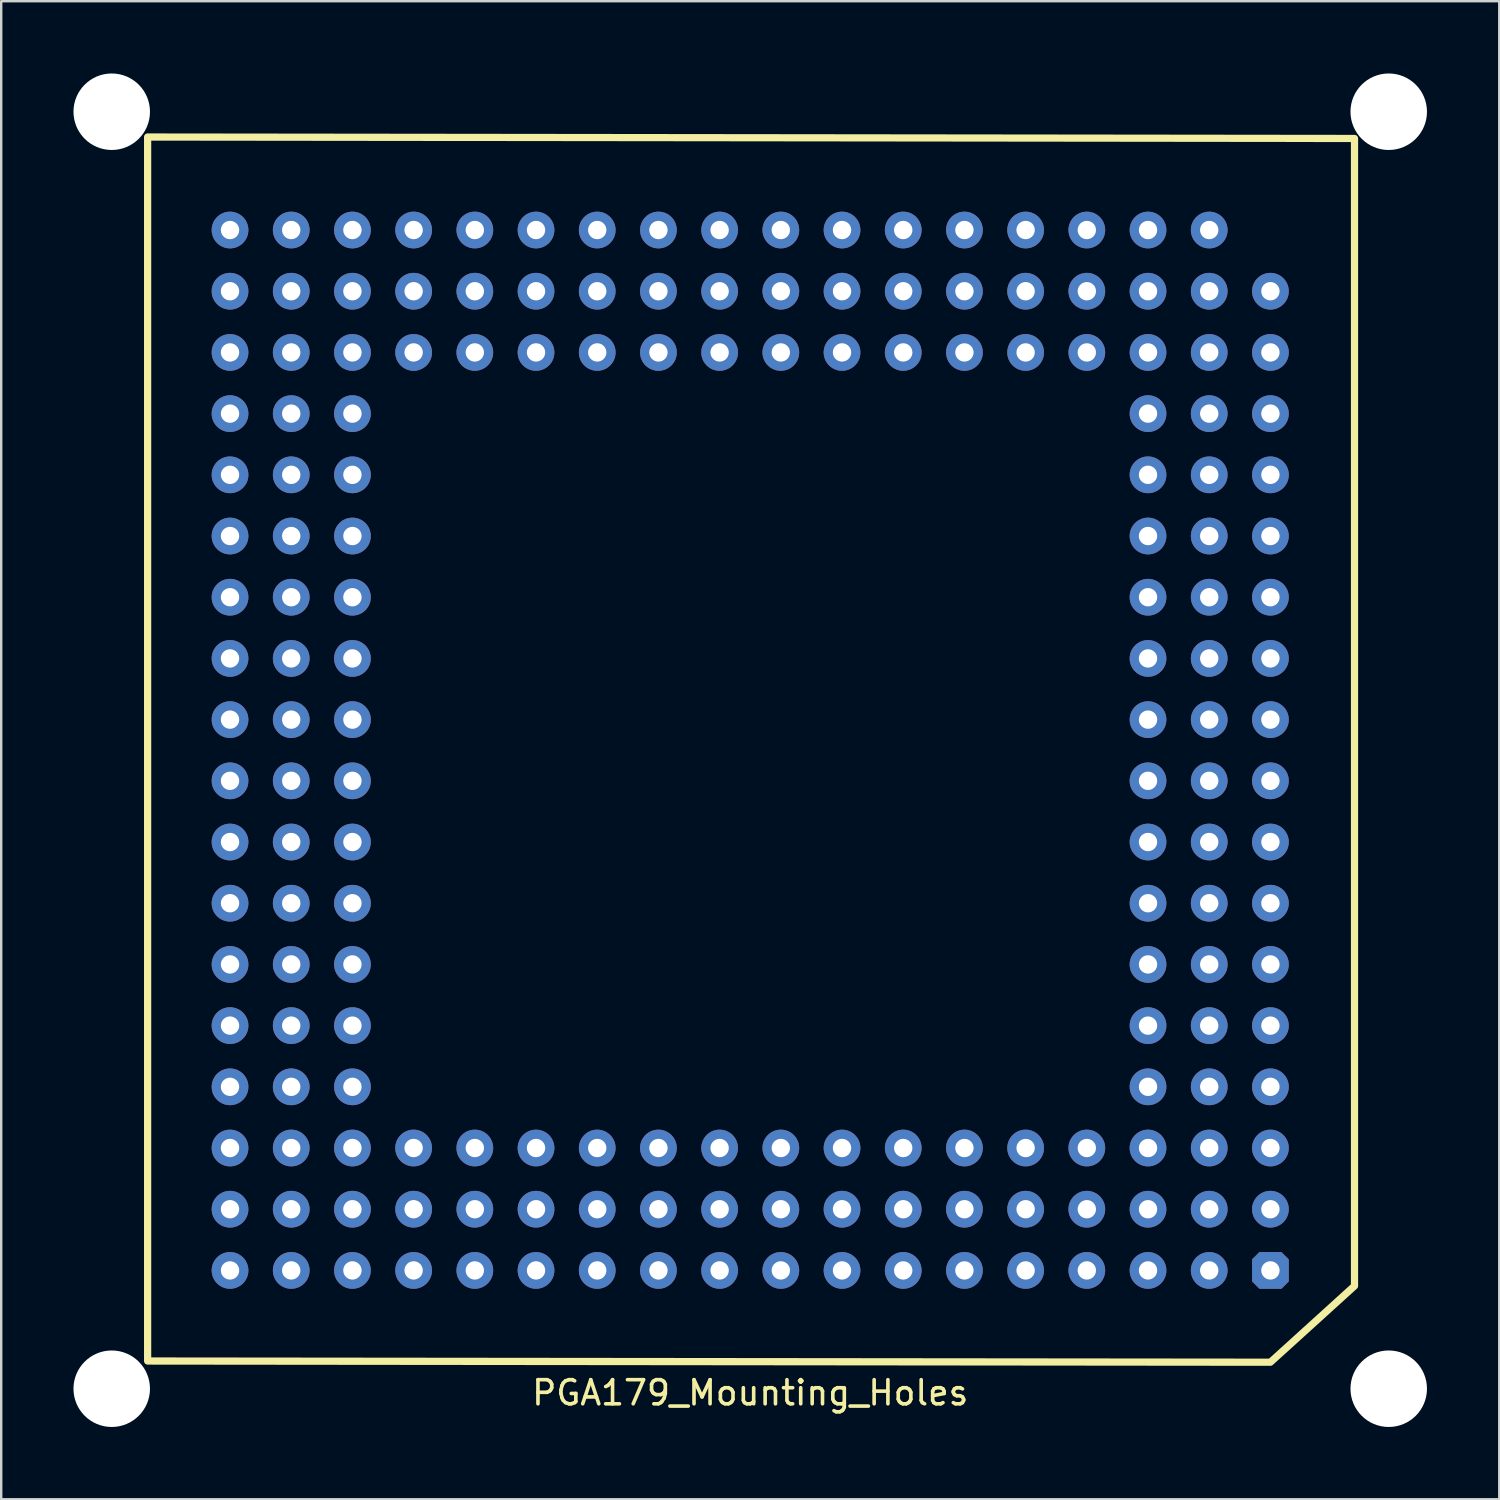
<source format=kicad_pcb>
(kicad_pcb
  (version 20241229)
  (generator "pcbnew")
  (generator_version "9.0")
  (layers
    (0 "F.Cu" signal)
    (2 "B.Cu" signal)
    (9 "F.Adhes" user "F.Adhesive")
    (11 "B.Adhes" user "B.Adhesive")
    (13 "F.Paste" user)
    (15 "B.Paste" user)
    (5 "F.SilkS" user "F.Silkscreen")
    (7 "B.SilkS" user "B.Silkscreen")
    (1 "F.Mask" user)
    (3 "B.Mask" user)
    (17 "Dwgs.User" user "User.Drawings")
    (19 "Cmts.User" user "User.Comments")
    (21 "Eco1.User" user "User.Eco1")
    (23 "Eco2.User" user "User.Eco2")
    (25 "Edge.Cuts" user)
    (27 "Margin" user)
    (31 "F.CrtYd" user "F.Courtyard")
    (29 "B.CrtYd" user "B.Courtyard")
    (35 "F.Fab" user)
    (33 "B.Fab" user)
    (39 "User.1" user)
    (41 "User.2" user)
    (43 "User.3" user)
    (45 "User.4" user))
  (footprint "PGA179_Mounting_Holes"
    (layer "F.Cu")
    (at 28.087 28.087)
    (property "Reference" "PGA179_Mounting_Holes" (at 0 26.67 0) (unlocked yes) (layer "F.SilkS") (effects (font (size 1 1) (thickness 0.15))))
    (attr through_hole)
    (fp_poly (pts (xy 25.08 -25.39) (xy -25.01 -25.45) (xy -25.01 25.35) (xy 21.59 25.4) (xy 25.08 22.235)) (stroke (width 0.3) (type solid)) (fill no) (layer "F.SilkS"))
    (pad "" np_thru_hole circle (at -26.5 -26.5) (size 3.175 3.175) (drill 3.175) (layers "*.Cu" "*.Mask"))
    (pad "" np_thru_hole circle (at -26.5 26.5) (size 3.175 3.175) (drill 3.175) (layers "*.Cu" "*.Mask"))
    (pad "" np_thru_hole circle (at 26.5 -26.5) (size 3.175 3.175) (drill 3.175) (layers "*.Cu" "*.Mask"))
    (pad "" np_thru_hole circle (at 26.5 26.5) (size 3.175 3.175) (drill 3.175) (layers "*.Cu" "*.Mask"))
    (pad "1" thru_hole roundrect (at 21.59 21.59) (size 1.524 1.524) (drill 0.762) (layers "*.Cu" "*.Mask") (roundrect_rratio 0) (chamfer_ratio 0.2) (chamfer top_left top_right bottom_left bottom_right))
    (pad "2" thru_hole circle (at 19.05 21.59) (size 1.524 1.524) (drill 0.762) (layers "*.Cu" "*.Mask"))
    (pad "3" thru_hole circle (at 16.51 21.59) (size 1.524 1.524) (drill 0.762) (layers "*.Cu" "*.Mask"))
    (pad "4" thru_hole circle (at 13.97 21.59) (size 1.524 1.524) (drill 0.762) (layers "*.Cu" "*.Mask"))
    (pad "5" thru_hole circle (at 11.43 21.59) (size 1.524 1.524) (drill 0.762) (layers "*.Cu" "*.Mask"))
    (pad "6" thru_hole circle (at 8.89 21.59) (size 1.524 1.524) (drill 0.762) (layers "*.Cu" "*.Mask"))
    (pad "7" thru_hole circle (at 6.35 21.59) (size 1.524 1.524) (drill 0.762) (layers "*.Cu" "*.Mask"))
    (pad "8" thru_hole circle (at 3.81 21.59) (size 1.524 1.524) (drill 0.762) (layers "*.Cu" "*.Mask"))
    (pad "9" thru_hole circle (at 1.27 21.59) (size 1.524 1.524) (drill 0.762) (layers "*.Cu" "*.Mask"))
    (pad "10" thru_hole circle (at -1.27 21.59) (size 1.524 1.524) (drill 0.762) (layers "*.Cu" "*.Mask"))
    (pad "11" thru_hole circle (at -3.81 21.59) (size 1.524 1.524) (drill 0.762) (layers "*.Cu" "*.Mask"))
    (pad "12" thru_hole circle (at -6.35 21.59) (size 1.524 1.524) (drill 0.762) (layers "*.Cu" "*.Mask"))
    (pad "13" thru_hole circle (at -8.89 21.59) (size 1.524 1.524) (drill 0.762) (layers "*.Cu" "*.Mask"))
    (pad "14" thru_hole circle (at -11.43 21.59) (size 1.524 1.524) (drill 0.762) (layers "*.Cu" "*.Mask"))
    (pad "15" thru_hole circle (at -13.97 21.59) (size 1.524 1.524) (drill 0.762) (layers "*.Cu" "*.Mask"))
    (pad "16" thru_hole circle (at -16.51 21.59) (size 1.524 1.524) (drill 0.762) (layers "*.Cu" "*.Mask"))
    (pad "17" thru_hole circle (at -19.05 21.59) (size 1.524 1.524) (drill 0.762) (layers "*.Cu" "*.Mask"))
    (pad "18" thru_hole circle (at -21.59 21.59) (size 1.524 1.524) (drill 0.762) (layers "*.Cu" "*.Mask"))
    (pad "19" thru_hole circle (at 21.59 19.05) (size 1.524 1.524) (drill 0.762) (layers "*.Cu" "*.Mask"))
    (pad "20" thru_hole circle (at 19.05 19.05) (size 1.524 1.524) (drill 0.762) (layers "*.Cu" "*.Mask"))
    (pad "21" thru_hole circle (at 16.51 19.05) (size 1.524 1.524) (drill 0.762) (layers "*.Cu" "*.Mask"))
    (pad "22" thru_hole circle (at 13.97 19.05) (size 1.524 1.524) (drill 0.762) (layers "*.Cu" "*.Mask"))
    (pad "23" thru_hole circle (at 11.43 19.05) (size 1.524 1.524) (drill 0.762) (layers "*.Cu" "*.Mask"))
    (pad "24" thru_hole circle (at 8.89 19.05) (size 1.524 1.524) (drill 0.762) (layers "*.Cu" "*.Mask"))
    (pad "25" thru_hole circle (at 6.35 19.05) (size 1.524 1.524) (drill 0.762) (layers "*.Cu" "*.Mask"))
    (pad "26" thru_hole circle (at 3.81 19.05) (size 1.524 1.524) (drill 0.762) (layers "*.Cu" "*.Mask"))
    (pad "27" thru_hole circle (at 1.27 19.05) (size 1.524 1.524) (drill 0.762) (layers "*.Cu" "*.Mask"))
    (pad "28" thru_hole circle (at -1.27 19.05) (size 1.524 1.524) (drill 0.762) (layers "*.Cu" "*.Mask"))
    (pad "29" thru_hole circle (at -3.81 19.05) (size 1.524 1.524) (drill 0.762) (layers "*.Cu" "*.Mask"))
    (pad "30" thru_hole circle (at -6.35 19.05) (size 1.524 1.524) (drill 0.762) (layers "*.Cu" "*.Mask"))
    (pad "31" thru_hole circle (at -8.89 19.05) (size 1.524 1.524) (drill 0.762) (layers "*.Cu" "*.Mask"))
    (pad "32" thru_hole circle (at -11.43 19.05) (size 1.524 1.524) (drill 0.762) (layers "*.Cu" "*.Mask"))
    (pad "33" thru_hole circle (at -13.97 19.05) (size 1.524 1.524) (drill 0.762) (layers "*.Cu" "*.Mask"))
    (pad "34" thru_hole circle (at -16.51 19.05) (size 1.524 1.524) (drill 0.762) (layers "*.Cu" "*.Mask"))
    (pad "35" thru_hole circle (at -19.05 19.05) (size 1.524 1.524) (drill 0.762) (layers "*.Cu" "*.Mask"))
    (pad "36" thru_hole circle (at -21.59 19.05) (size 1.524 1.524) (drill 0.762) (layers "*.Cu" "*.Mask"))
    (pad "37" thru_hole circle (at 21.59 16.51) (size 1.524 1.524) (drill 0.762) (layers "*.Cu" "*.Mask"))
    (pad "38" thru_hole circle (at 19.05 16.51) (size 1.524 1.524) (drill 0.762) (layers "*.Cu" "*.Mask"))
    (pad "39" thru_hole circle (at 16.51 16.51) (size 1.524 1.524) (drill 0.762) (layers "*.Cu" "*.Mask"))
    (pad "40" thru_hole circle (at 13.97 16.51) (size 1.524 1.524) (drill 0.762) (layers "*.Cu" "*.Mask"))
    (pad "41" thru_hole circle (at 11.43 16.51) (size 1.524 1.524) (drill 0.762) (layers "*.Cu" "*.Mask"))
    (pad "42" thru_hole circle (at 8.89 16.51) (size 1.524 1.524) (drill 0.762) (layers "*.Cu" "*.Mask"))
    (pad "43" thru_hole circle (at 6.35 16.51) (size 1.524 1.524) (drill 0.762) (layers "*.Cu" "*.Mask"))
    (pad "44" thru_hole circle (at 3.81 16.51) (size 1.524 1.524) (drill 0.762) (layers "*.Cu" "*.Mask"))
    (pad "45" thru_hole circle (at 1.27 16.51) (size 1.524 1.524) (drill 0.762) (layers "*.Cu" "*.Mask"))
    (pad "46" thru_hole circle (at -1.27 16.51) (size 1.524 1.524) (drill 0.762) (layers "*.Cu" "*.Mask"))
    (pad "47" thru_hole circle (at -3.81 16.51) (size 1.524 1.524) (drill 0.762) (layers "*.Cu" "*.Mask"))
    (pad "48" thru_hole circle (at -6.35 16.51) (size 1.524 1.524) (drill 0.762) (layers "*.Cu" "*.Mask"))
    (pad "49" thru_hole circle (at -8.89 16.51) (size 1.524 1.524) (drill 0.762) (layers "*.Cu" "*.Mask"))
    (pad "50" thru_hole circle (at -11.43 16.51) (size 1.524 1.524) (drill 0.762) (layers "*.Cu" "*.Mask"))
    (pad "51" thru_hole circle (at -13.97 16.51) (size 1.524 1.524) (drill 0.762) (layers "*.Cu" "*.Mask"))
    (pad "52" thru_hole circle (at -16.51 16.51) (size 1.524 1.524) (drill 0.762) (layers "*.Cu" "*.Mask"))
    (pad "53" thru_hole circle (at -19.05 16.51) (size 1.524 1.524) (drill 0.762) (layers "*.Cu" "*.Mask"))
    (pad "54" thru_hole circle (at -21.59 16.51) (size 1.524 1.524) (drill 0.762) (layers "*.Cu" "*.Mask"))
    (pad "55" thru_hole circle (at 21.59 13.97) (size 1.524 1.524) (drill 0.762) (layers "*.Cu" "*.Mask"))
    (pad "56" thru_hole circle (at 19.05 13.97) (size 1.524 1.524) (drill 0.762) (layers "*.Cu" "*.Mask"))
    (pad "57" thru_hole circle (at 16.51 13.97) (size 1.524 1.524) (drill 0.762) (layers "*.Cu" "*.Mask"))
    (pad "58" thru_hole circle (at -16.51 13.97) (size 1.524 1.524) (drill 0.762) (layers "*.Cu" "*.Mask"))
    (pad "59" thru_hole circle (at -19.05 13.97) (size 1.524 1.524) (drill 0.762) (layers "*.Cu" "*.Mask"))
    (pad "60" thru_hole circle (at -21.59 13.97) (size 1.524 1.524) (drill 0.762) (layers "*.Cu" "*.Mask"))
    (pad "61" thru_hole circle (at 21.59 11.43) (size 1.524 1.524) (drill 0.762) (layers "*.Cu" "*.Mask"))
    (pad "62" thru_hole circle (at 19.05 11.43) (size 1.524 1.524) (drill 0.762) (layers "*.Cu" "*.Mask"))
    (pad "63" thru_hole circle (at 16.51 11.43) (size 1.524 1.524) (drill 0.762) (layers "*.Cu" "*.Mask"))
    (pad "64" thru_hole circle (at -16.51 11.43) (size 1.524 1.524) (drill 0.762) (layers "*.Cu" "*.Mask"))
    (pad "65" thru_hole circle (at -19.05 11.43) (size 1.524 1.524) (drill 0.762) (layers "*.Cu" "*.Mask"))
    (pad "66" thru_hole circle (at -21.59 11.43) (size 1.524 1.524) (drill 0.762) (layers "*.Cu" "*.Mask"))
    (pad "67" thru_hole circle (at 21.59 8.89) (size 1.524 1.524) (drill 0.762) (layers "*.Cu" "*.Mask"))
    (pad "68" thru_hole circle (at 19.05 8.89) (size 1.524 1.524) (drill 0.762) (layers "*.Cu" "*.Mask"))
    (pad "69" thru_hole circle (at 16.51 8.89) (size 1.524 1.524) (drill 0.762) (layers "*.Cu" "*.Mask"))
    (pad "70" thru_hole circle (at -16.51 8.89) (size 1.524 1.524) (drill 0.762) (layers "*.Cu" "*.Mask"))
    (pad "71" thru_hole circle (at -19.05 8.89) (size 1.524 1.524) (drill 0.762) (layers "*.Cu" "*.Mask"))
    (pad "72" thru_hole circle (at -21.59 8.89) (size 1.524 1.524) (drill 0.762) (layers "*.Cu" "*.Mask"))
    (pad "73" thru_hole circle (at 21.59 6.35) (size 1.524 1.524) (drill 0.762) (layers "*.Cu" "*.Mask"))
    (pad "74" thru_hole circle (at 19.05 6.35) (size 1.524 1.524) (drill 0.762) (layers "*.Cu" "*.Mask"))
    (pad "75" thru_hole circle (at 16.51 6.35) (size 1.524 1.524) (drill 0.762) (layers "*.Cu" "*.Mask"))
    (pad "76" thru_hole circle (at -16.51 6.35) (size 1.524 1.524) (drill 0.762) (layers "*.Cu" "*.Mask"))
    (pad "77" thru_hole circle (at -19.05 6.35) (size 1.524 1.524) (drill 0.762) (layers "*.Cu" "*.Mask"))
    (pad "78" thru_hole circle (at -21.59 6.35) (size 1.524 1.524) (drill 0.762) (layers "*.Cu" "*.Mask"))
    (pad "79" thru_hole circle (at 21.59 3.81) (size 1.524 1.524) (drill 0.762) (layers "*.Cu" "*.Mask"))
    (pad "80" thru_hole circle (at 19.05 3.81) (size 1.524 1.524) (drill 0.762) (layers "*.Cu" "*.Mask"))
    (pad "81" thru_hole circle (at 16.51 3.81) (size 1.524 1.524) (drill 0.762) (layers "*.Cu" "*.Mask"))
    (pad "82" thru_hole circle (at -16.51 3.81) (size 1.524 1.524) (drill 0.762) (layers "*.Cu" "*.Mask"))
    (pad "83" thru_hole circle (at -19.05 3.81) (size 1.524 1.524) (drill 0.762) (layers "*.Cu" "*.Mask"))
    (pad "84" thru_hole circle (at -21.59 3.81) (size 1.524 1.524) (drill 0.762) (layers "*.Cu" "*.Mask"))
    (pad "85" thru_hole circle (at 21.59 1.27) (size 1.524 1.524) (drill 0.762) (layers "*.Cu" "*.Mask"))
    (pad "86" thru_hole circle (at 19.05 1.27) (size 1.524 1.524) (drill 0.762) (layers "*.Cu" "*.Mask"))
    (pad "87" thru_hole circle (at 16.51 1.27) (size 1.524 1.524) (drill 0.762) (layers "*.Cu" "*.Mask"))
    (pad "88" thru_hole circle (at -16.51 1.27) (size 1.524 1.524) (drill 0.762) (layers "*.Cu" "*.Mask"))
    (pad "89" thru_hole circle (at -19.05 1.27) (size 1.524 1.524) (drill 0.762) (layers "*.Cu" "*.Mask"))
    (pad "90" thru_hole circle (at -21.59 1.27) (size 1.524 1.524) (drill 0.762) (layers "*.Cu" "*.Mask"))
    (pad "91" thru_hole circle (at 21.59 -1.27) (size 1.524 1.524) (drill 0.762) (layers "*.Cu" "*.Mask"))
    (pad "92" thru_hole circle (at 19.05 -1.27) (size 1.524 1.524) (drill 0.762) (layers "*.Cu" "*.Mask"))
    (pad "93" thru_hole circle (at 16.51 -1.27) (size 1.524 1.524) (drill 0.762) (layers "*.Cu" "*.Mask"))
    (pad "94" thru_hole circle (at -16.51 -1.27) (size 1.524 1.524) (drill 0.762) (layers "*.Cu" "*.Mask"))
    (pad "95" thru_hole circle (at -19.05 -1.27) (size 1.524 1.524) (drill 0.762) (layers "*.Cu" "*.Mask"))
    (pad "96" thru_hole circle (at -21.59 -1.27) (size 1.524 1.524) (drill 0.762) (layers "*.Cu" "*.Mask"))
    (pad "97" thru_hole circle (at 21.59 -3.81) (size 1.524 1.524) (drill 0.762) (layers "*.Cu" "*.Mask"))
    (pad "98" thru_hole circle (at 19.05 -3.81) (size 1.524 1.524) (drill 0.762) (layers "*.Cu" "*.Mask"))
    (pad "99" thru_hole circle (at 16.51 -3.81) (size 1.524 1.524) (drill 0.762) (layers "*.Cu" "*.Mask"))
    (pad "100" thru_hole circle (at -16.51 -3.81) (size 1.524 1.524) (drill 0.762) (layers "*.Cu" "*.Mask"))
    (pad "101" thru_hole circle (at -19.05 -3.81) (size 1.524 1.524) (drill 0.762) (layers "*.Cu" "*.Mask"))
    (pad "102" thru_hole circle (at -21.59 -3.81) (size 1.524 1.524) (drill 0.762) (layers "*.Cu" "*.Mask"))
    (pad "103" thru_hole circle (at 21.59 -6.35) (size 1.524 1.524) (drill 0.762) (layers "*.Cu" "*.Mask"))
    (pad "104" thru_hole circle (at 19.05 -6.35) (size 1.524 1.524) (drill 0.762) (layers "*.Cu" "*.Mask"))
    (pad "105" thru_hole circle (at 16.51 -6.35) (size 1.524 1.524) (drill 0.762) (layers "*.Cu" "*.Mask"))
    (pad "106" thru_hole circle (at -16.51 -6.35) (size 1.524 1.524) (drill 0.762) (layers "*.Cu" "*.Mask"))
    (pad "107" thru_hole circle (at -19.05 -6.35) (size 1.524 1.524) (drill 0.762) (layers "*.Cu" "*.Mask"))
    (pad "108" thru_hole circle (at -21.59 -6.35) (size 1.524 1.524) (drill 0.762) (layers "*.Cu" "*.Mask"))
    (pad "109" thru_hole circle (at 21.59 -8.89) (size 1.524 1.524) (drill 0.762) (layers "*.Cu" "*.Mask"))
    (pad "110" thru_hole circle (at 19.05 -8.89) (size 1.524 1.524) (drill 0.762) (layers "*.Cu" "*.Mask"))
    (pad "111" thru_hole circle (at 16.51 -8.89) (size 1.524 1.524) (drill 0.762) (layers "*.Cu" "*.Mask"))
    (pad "112" thru_hole circle (at -16.51 -8.89) (size 1.524 1.524) (drill 0.762) (layers "*.Cu" "*.Mask"))
    (pad "113" thru_hole circle (at -19.05 -8.89) (size 1.524 1.524) (drill 0.762) (layers "*.Cu" "*.Mask"))
    (pad "114" thru_hole circle (at -21.59 -8.89) (size 1.524 1.524) (drill 0.762) (layers "*.Cu" "*.Mask"))
    (pad "115" thru_hole circle (at 21.59 -11.43) (size 1.524 1.524) (drill 0.762) (layers "*.Cu" "*.Mask"))
    (pad "116" thru_hole circle (at 19.05 -11.43) (size 1.524 1.524) (drill 0.762) (layers "*.Cu" "*.Mask"))
    (pad "117" thru_hole circle (at 16.51 -11.43) (size 1.524 1.524) (drill 0.762) (layers "*.Cu" "*.Mask"))
    (pad "118" thru_hole circle (at -16.51 -11.43) (size 1.524 1.524) (drill 0.762) (layers "*.Cu" "*.Mask"))
    (pad "119" thru_hole circle (at -19.05 -11.43) (size 1.524 1.524) (drill 0.762) (layers "*.Cu" "*.Mask"))
    (pad "120" thru_hole circle (at -21.59 -11.43) (size 1.524 1.524) (drill 0.762) (layers "*.Cu" "*.Mask"))
    (pad "121" thru_hole circle (at 21.59 -13.97) (size 1.524 1.524) (drill 0.762) (layers "*.Cu" "*.Mask"))
    (pad "122" thru_hole circle (at 19.05 -13.97) (size 1.524 1.524) (drill 0.762) (layers "*.Cu" "*.Mask"))
    (pad "123" thru_hole circle (at 16.51 -13.97) (size 1.524 1.524) (drill 0.762) (layers "*.Cu" "*.Mask"))
    (pad "124" thru_hole circle (at -16.51 -13.97) (size 1.524 1.524) (drill 0.762) (layers "*.Cu" "*.Mask"))
    (pad "125" thru_hole circle (at -19.05 -13.97) (size 1.524 1.524) (drill 0.762) (layers "*.Cu" "*.Mask"))
    (pad "126" thru_hole circle (at -21.59 -13.97) (size 1.524 1.524) (drill 0.762) (layers "*.Cu" "*.Mask"))
    (pad "127" thru_hole circle (at 21.59 -16.51) (size 1.524 1.524) (drill 0.762) (layers "*.Cu" "*.Mask"))
    (pad "128" thru_hole circle (at 19.05 -16.51) (size 1.524 1.524) (drill 0.762) (layers "*.Cu" "*.Mask"))
    (pad "129" thru_hole circle (at 16.51 -16.51) (size 1.524 1.524) (drill 0.762) (layers "*.Cu" "*.Mask"))
    (pad "130" thru_hole circle (at 13.97 -16.51) (size 1.524 1.524) (drill 0.762) (layers "*.Cu" "*.Mask"))
    (pad "131" thru_hole circle (at 11.43 -16.51) (size 1.524 1.524) (drill 0.762) (layers "*.Cu" "*.Mask"))
    (pad "132" thru_hole circle (at 8.89 -16.51) (size 1.524 1.524) (drill 0.762) (layers "*.Cu" "*.Mask"))
    (pad "133" thru_hole circle (at 6.35 -16.51) (size 1.524 1.524) (drill 0.762) (layers "*.Cu" "*.Mask"))
    (pad "134" thru_hole circle (at 3.81 -16.51) (size 1.524 1.524) (drill 0.762) (layers "*.Cu" "*.Mask"))
    (pad "135" thru_hole circle (at 1.27 -16.51) (size 1.524 1.524) (drill 0.762) (layers "*.Cu" "*.Mask"))
    (pad "136" thru_hole circle (at -1.27 -16.51) (size 1.524 1.524) (drill 0.762) (layers "*.Cu" "*.Mask"))
    (pad "137" thru_hole circle (at -3.81 -16.51) (size 1.524 1.524) (drill 0.762) (layers "*.Cu" "*.Mask"))
    (pad "138" thru_hole circle (at -6.35 -16.51) (size 1.524 1.524) (drill 0.762) (layers "*.Cu" "*.Mask"))
    (pad "139" thru_hole circle (at -8.89 -16.51) (size 1.524 1.524) (drill 0.762) (layers "*.Cu" "*.Mask"))
    (pad "140" thru_hole circle (at -11.43 -16.51) (size 1.524 1.524) (drill 0.762) (layers "*.Cu" "*.Mask"))
    (pad "141" thru_hole circle (at -13.97 -16.51) (size 1.524 1.524) (drill 0.762) (layers "*.Cu" "*.Mask"))
    (pad "142" thru_hole circle (at -16.51 -16.51) (size 1.524 1.524) (drill 0.762) (layers "*.Cu" "*.Mask"))
    (pad "143" thru_hole circle (at -19.05 -16.51) (size 1.524 1.524) (drill 0.762) (layers "*.Cu" "*.Mask"))
    (pad "144" thru_hole circle (at -21.59 -16.51) (size 1.524 1.524) (drill 0.762) (layers "*.Cu" "*.Mask"))
    (pad "145" thru_hole circle (at 21.59 -19.05) (size 1.524 1.524) (drill 0.762) (layers "*.Cu" "*.Mask"))
    (pad "146" thru_hole circle (at 19.05 -19.05) (size 1.524 1.524) (drill 0.762) (layers "*.Cu" "*.Mask"))
    (pad "147" thru_hole circle (at 16.51 -19.05) (size 1.524 1.524) (drill 0.762) (layers "*.Cu" "*.Mask"))
    (pad "148" thru_hole circle (at 13.97 -19.05) (size 1.524 1.524) (drill 0.762) (layers "*.Cu" "*.Mask"))
    (pad "149" thru_hole circle (at 11.43 -19.05) (size 1.524 1.524) (drill 0.762) (layers "*.Cu" "*.Mask"))
    (pad "150" thru_hole circle (at 8.89 -19.05) (size 1.524 1.524) (drill 0.762) (layers "*.Cu" "*.Mask"))
    (pad "151" thru_hole circle (at 6.35 -19.05) (size 1.524 1.524) (drill 0.762) (layers "*.Cu" "*.Mask"))
    (pad "152" thru_hole circle (at 3.81 -19.05) (size 1.524 1.524) (drill 0.762) (layers "*.Cu" "*.Mask"))
    (pad "153" thru_hole circle (at 1.27 -19.05) (size 1.524 1.524) (drill 0.762) (layers "*.Cu" "*.Mask"))
    (pad "154" thru_hole circle (at -1.27 -19.05) (size 1.524 1.524) (drill 0.762) (layers "*.Cu" "*.Mask"))
    (pad "155" thru_hole circle (at -3.81 -19.05) (size 1.524 1.524) (drill 0.762) (layers "*.Cu" "*.Mask"))
    (pad "156" thru_hole circle (at -6.35 -19.05) (size 1.524 1.524) (drill 0.762) (layers "*.Cu" "*.Mask"))
    (pad "157" thru_hole circle (at -8.89 -19.05) (size 1.524 1.524) (drill 0.762) (layers "*.Cu" "*.Mask"))
    (pad "158" thru_hole circle (at -11.43 -19.05) (size 1.524 1.524) (drill 0.762) (layers "*.Cu" "*.Mask"))
    (pad "159" thru_hole circle (at -13.97 -19.05) (size 1.524 1.524) (drill 0.762) (layers "*.Cu" "*.Mask"))
    (pad "160" thru_hole circle (at -16.51 -19.05) (size 1.524 1.524) (drill 0.762) (layers "*.Cu" "*.Mask"))
    (pad "161" thru_hole circle (at -19.05 -19.05) (size 1.524 1.524) (drill 0.762) (layers "*.Cu" "*.Mask"))
    (pad "162" thru_hole circle (at -21.59 -19.05) (size 1.524 1.524) (drill 0.762) (layers "*.Cu" "*.Mask"))
    (pad "163" thru_hole circle (at 19.05 -21.59) (size 1.524 1.524) (drill 0.762) (layers "*.Cu" "*.Mask"))
    (pad "164" thru_hole circle (at 16.51 -21.59) (size 1.524 1.524) (drill 0.762) (layers "*.Cu" "*.Mask"))
    (pad "165" thru_hole circle (at 13.97 -21.59) (size 1.524 1.524) (drill 0.762) (layers "*.Cu" "*.Mask"))
    (pad "166" thru_hole circle (at 11.43 -21.59) (size 1.524 1.524) (drill 0.762) (layers "*.Cu" "*.Mask"))
    (pad "167" thru_hole circle (at 8.89 -21.59) (size 1.524 1.524) (drill 0.762) (layers "*.Cu" "*.Mask"))
    (pad "168" thru_hole circle (at 6.35 -21.59) (size 1.524 1.524) (drill 0.762) (layers "*.Cu" "*.Mask"))
    (pad "169" thru_hole circle (at 3.81 -21.59) (size 1.524 1.524) (drill 0.762) (layers "*.Cu" "*.Mask"))
    (pad "170" thru_hole circle (at 1.27 -21.59) (size 1.524 1.524) (drill 0.762) (layers "*.Cu" "*.Mask"))
    (pad "171" thru_hole circle (at -1.27 -21.59) (size 1.524 1.524) (drill 0.762) (layers "*.Cu" "*.Mask"))
    (pad "172" thru_hole circle (at -3.81 -21.59) (size 1.524 1.524) (drill 0.762) (layers "*.Cu" "*.Mask"))
    (pad "173" thru_hole circle (at -6.35 -21.59) (size 1.524 1.524) (drill 0.762) (layers "*.Cu" "*.Mask"))
    (pad "174" thru_hole circle (at -8.89 -21.59) (size 1.524 1.524) (drill 0.762) (layers "*.Cu" "*.Mask"))
    (pad "175" thru_hole circle (at -11.43 -21.59) (size 1.524 1.524) (drill 0.762) (layers "*.Cu" "*.Mask"))
    (pad "176" thru_hole circle (at -13.97 -21.59) (size 1.524 1.524) (drill 0.762) (layers "*.Cu" "*.Mask"))
    (pad "177" thru_hole circle (at -16.51 -21.59) (size 1.524 1.524) (drill 0.762) (layers "*.Cu" "*.Mask"))
    (pad "178" thru_hole circle (at -19.05 -21.59) (size 1.524 1.524) (drill 0.762) (layers "*.Cu" "*.Mask"))
    (pad "179" thru_hole circle (at -21.59 -21.59) (size 1.524 1.524) (drill 0.762) (layers "*.Cu" "*.Mask")))
  (gr_rect
    (start -3 -3)
    (end 59.175 59.175)
    (stroke (width 0.1) (type default))
    (fill no)
    (layer "Edge.Cuts")))
</source>
